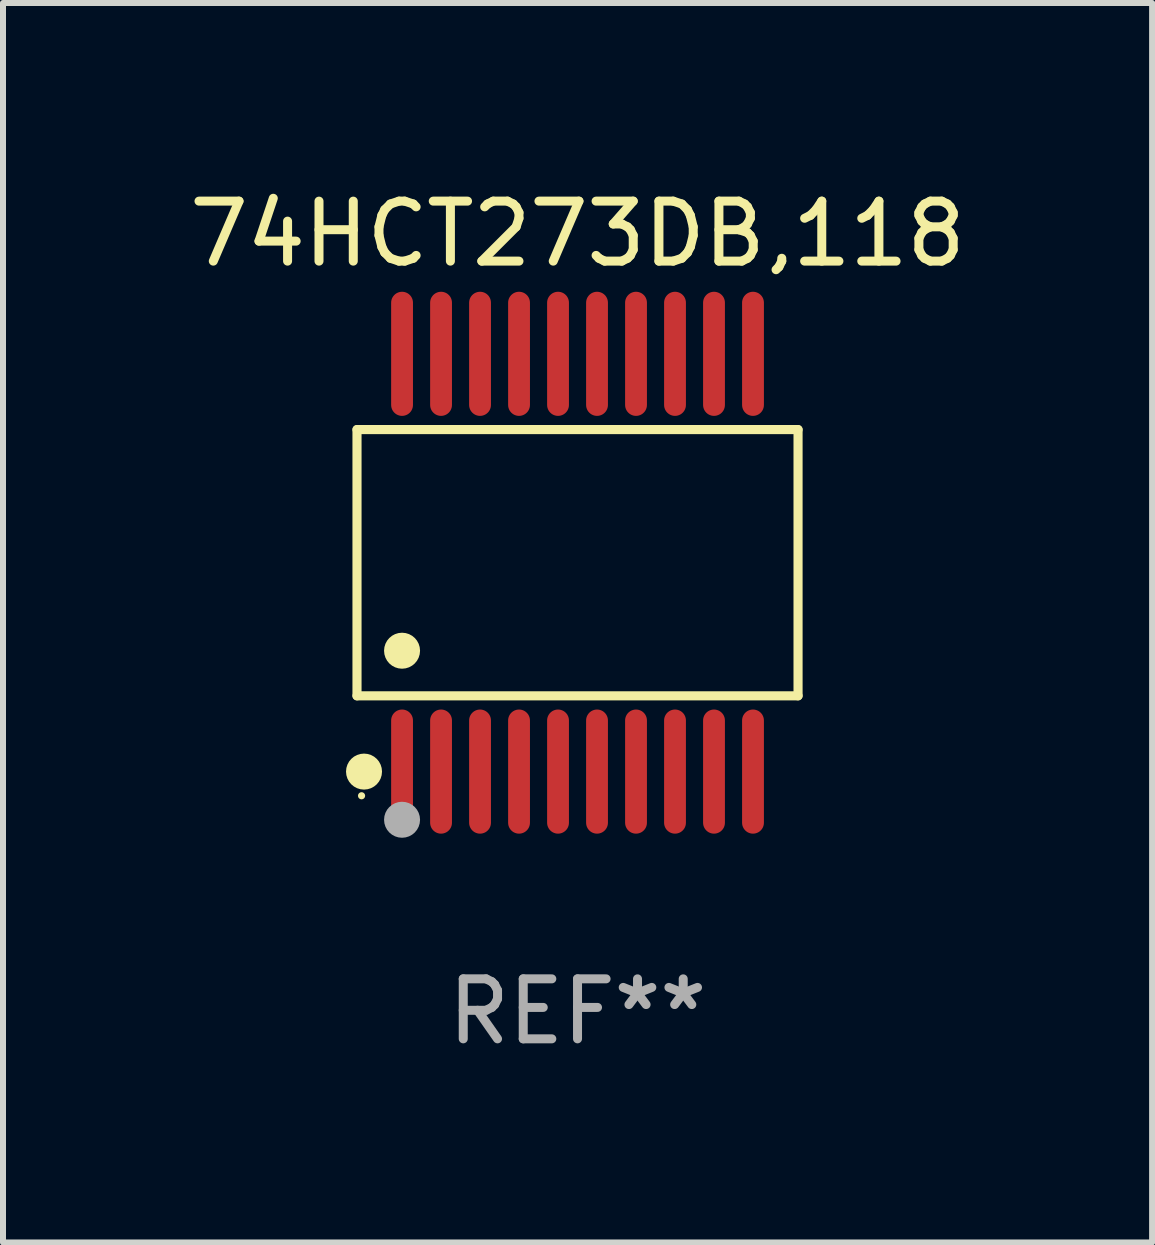
<source format=kicad_pcb>
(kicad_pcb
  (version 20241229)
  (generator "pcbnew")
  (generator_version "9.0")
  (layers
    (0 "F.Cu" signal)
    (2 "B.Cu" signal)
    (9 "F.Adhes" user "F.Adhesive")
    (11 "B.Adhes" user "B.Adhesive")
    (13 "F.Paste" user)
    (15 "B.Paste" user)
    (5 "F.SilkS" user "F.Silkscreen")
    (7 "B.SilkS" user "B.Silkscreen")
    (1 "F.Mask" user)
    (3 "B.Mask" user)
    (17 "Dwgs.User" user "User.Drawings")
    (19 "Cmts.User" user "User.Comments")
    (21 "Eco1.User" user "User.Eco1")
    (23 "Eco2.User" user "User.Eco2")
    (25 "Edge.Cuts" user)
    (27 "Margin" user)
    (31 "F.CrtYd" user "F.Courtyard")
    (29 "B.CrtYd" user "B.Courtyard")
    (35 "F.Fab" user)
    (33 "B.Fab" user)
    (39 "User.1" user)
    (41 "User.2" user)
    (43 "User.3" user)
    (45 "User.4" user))
  (footprint "74HCT273DB,118"
    (layer "F.Cu")
    (at 6.577 6.33)
    (property "Reference" "74HCT273DB,118" (at 0 -5.482 0) (layer "F.SilkS") (effects (font (size 1 1) (thickness 0.15))))
    (attr through_hole)
    (fp_line (start -3.676 -2.219) (end 3.676 -2.219) (stroke (width 0.152) (type solid)) (layer "F.SilkS"))
    (fp_line (start -3.676 2.219) (end -3.676 -2.219) (stroke (width 0.152) (type solid)) (layer "F.SilkS"))
    (fp_line (start 3.676 -2.219) (end 3.676 2.219) (stroke (width 0.152) (type solid)) (layer "F.SilkS"))
    (fp_line (start 3.676 2.219) (end -3.676 2.219) (stroke (width 0.152) (type solid)) (layer "F.SilkS"))
    (fp_circle (center -3.6 3.885) (end -3.57 3.885) (stroke (width 0.06) (type solid)) (fill no) (layer "F.SilkS"))
    (fp_circle (center -3.559 3.482) (end -3.409 3.482) (stroke (width 0.3) (type solid)) (fill no) (layer "F.SilkS"))
    (fp_circle (center -2.925 1.467) (end -2.775 1.467) (stroke (width 0.3) (type solid)) (fill no) (layer "F.SilkS"))
    (fp_circle (center -2.925 4.285) (end -2.775 4.285) (stroke (width 0.3) (type solid)) (fill no) (layer "F.Fab"))
    (fp_text user "REF**" (at 0 7.482 0) (layer "F.Fab") (effects (font (size 1 1) (thickness 0.15))))
    (pad "1" smd oval (at -2.925 3.482) (size 0.364 2.069) (layers "F.Cu" "F.Mask" "F.Paste"))
    (pad "2" smd oval (at -2.275 3.482) (size 0.364 2.069) (layers "F.Cu" "F.Mask" "F.Paste"))
    (pad "3" smd oval (at -1.625 3.482) (size 0.364 2.069) (layers "F.Cu" "F.Mask" "F.Paste"))
    (pad "4" smd oval (at -0.975 3.482) (size 0.364 2.069) (layers "F.Cu" "F.Mask" "F.Paste"))
    (pad "5" smd oval (at -0.325 3.482) (size 0.364 2.069) (layers "F.Cu" "F.Mask" "F.Paste"))
    (pad "6" smd oval (at 0.325 3.482) (size 0.364 2.069) (layers "F.Cu" "F.Mask" "F.Paste"))
    (pad "7" smd oval (at 0.975 3.482) (size 0.364 2.069) (layers "F.Cu" "F.Mask" "F.Paste"))
    (pad "8" smd oval (at 1.625 3.482) (size 0.364 2.069) (layers "F.Cu" "F.Mask" "F.Paste"))
    (pad "9" smd oval (at 2.275 3.482) (size 0.364 2.069) (layers "F.Cu" "F.Mask" "F.Paste"))
    (pad "10" smd oval (at 2.925 3.482) (size 0.364 2.069) (layers "F.Cu" "F.Mask" "F.Paste"))
    (pad "11" smd oval (at 2.925 -3.482) (size 0.364 2.069) (layers "F.Cu" "F.Mask" "F.Paste"))
    (pad "12" smd oval (at 2.275 -3.482) (size 0.364 2.069) (layers "F.Cu" "F.Mask" "F.Paste"))
    (pad "13" smd oval (at 1.625 -3.482) (size 0.364 2.069) (layers "F.Cu" "F.Mask" "F.Paste"))
    (pad "14" smd oval (at 0.975 -3.482) (size 0.364 2.069) (layers "F.Cu" "F.Mask" "F.Paste"))
    (pad "15" smd oval (at 0.325 -3.482) (size 0.364 2.069) (layers "F.Cu" "F.Mask" "F.Paste"))
    (pad "16" smd oval (at -0.325 -3.482) (size 0.364 2.069) (layers "F.Cu" "F.Mask" "F.Paste"))
    (pad "17" smd oval (at -0.975 -3.482) (size 0.364 2.069) (layers "F.Cu" "F.Mask" "F.Paste"))
    (pad "18" smd oval (at -1.625 -3.482) (size 0.364 2.069) (layers "F.Cu" "F.Mask" "F.Paste"))
    (pad "19" smd oval (at -2.275 -3.482) (size 0.364 2.069) (layers "F.Cu" "F.Mask" "F.Paste"))
    (pad "20" smd oval (at -2.925 -3.482) (size 0.364 2.069) (layers "F.Cu" "F.Mask" "F.Paste")))
  (gr_rect
    (start -3 -3)
    (end 16.155 17.661)
    (stroke (width 0.1) (type default))
    (fill no)
    (layer "Edge.Cuts")))
</source>
